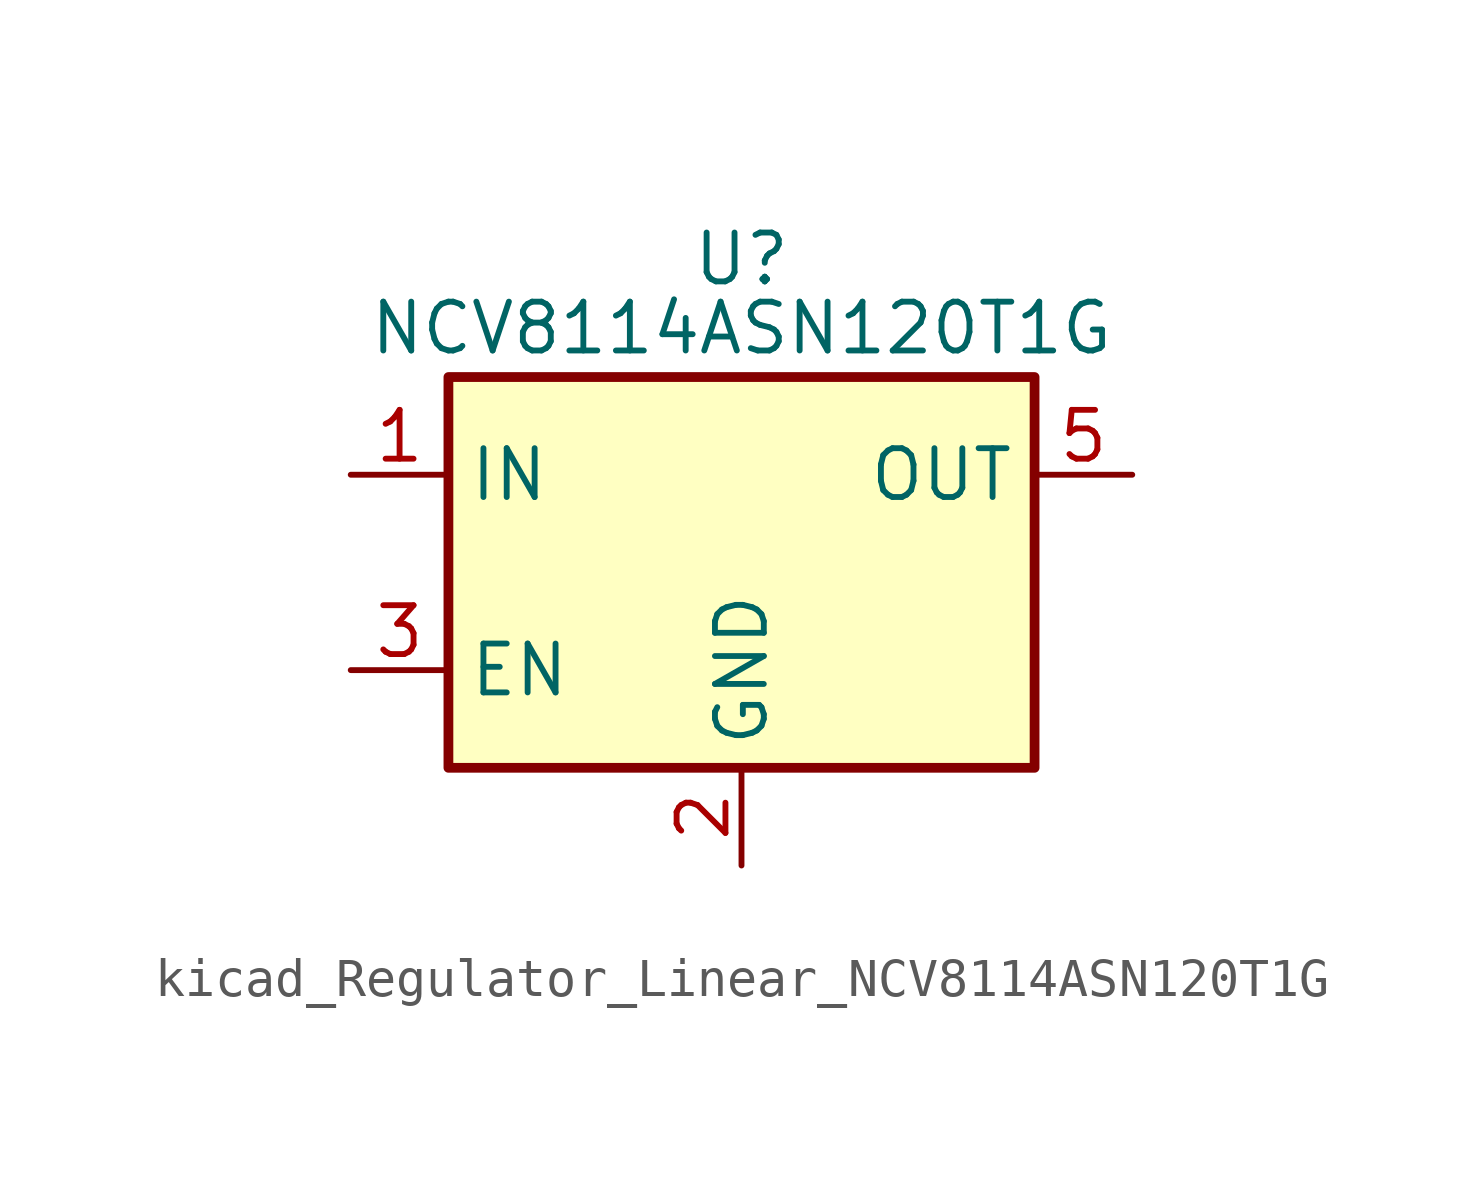
<source format=kicad_sym>
(kicad_symbol_lib
  (version 20220914)
  (generator kicad_symbol_editor)
  (symbol "kicad_Regulator_Linear_NCV8114ASN120T1G"
    (property "Reference" "U"
      (at 0 8.89 0)
      (effects (font (size 1.27 1.27)) (justify top)))
    (property "Value" "NCV8114ASN120T1G"
      (at 0 6.35 0)
      (effects (font (size 1.27 1.27))))
    (symbol "kicad_Regulator_Linear_NCV8114ASN120T1G_0_1"
      (rectangle (start -7.62 5.08) (end 7.62 -5.08) (stroke (width 0.254) (type default)) (fill (type background))))
    (symbol "kicad_Regulator_Linear_NCV8114ASN120T1G_1_1"
      (pin power_in line (at -10.16 2.54 0) (length 2.54) (name "IN" (effects (font (size 1.27 1.27)))) (number "1" (effects (font (size 1.27 1.27)))))
      (pin power_in line (at 0 -7.62 90) (length 2.54) (name "GND" (effects (font (size 1.27 1.27)))) (number "2" (effects (font (size 1.27 1.27)))))
      (pin input line (at -10.16 -2.54 0) (length 2.54) (name "EN" (effects (font (size 1.27 1.27)))) (number "3" (effects (font (size 1.27 1.27)))))
      (pin no_connect line (at 7.62 -2.54 180) (length 2.54) hide (name "NC" (effects (font (size 1.27 1.27)))) (number "4" (effects (font (size 1.27 1.27)))))
      (pin power_out line (at 10.16 2.54 180) (length 2.54) (name "OUT" (effects (font (size 1.27 1.27)))) (number "5" (effects (font (size 1.27 1.27))))))))
</source>
